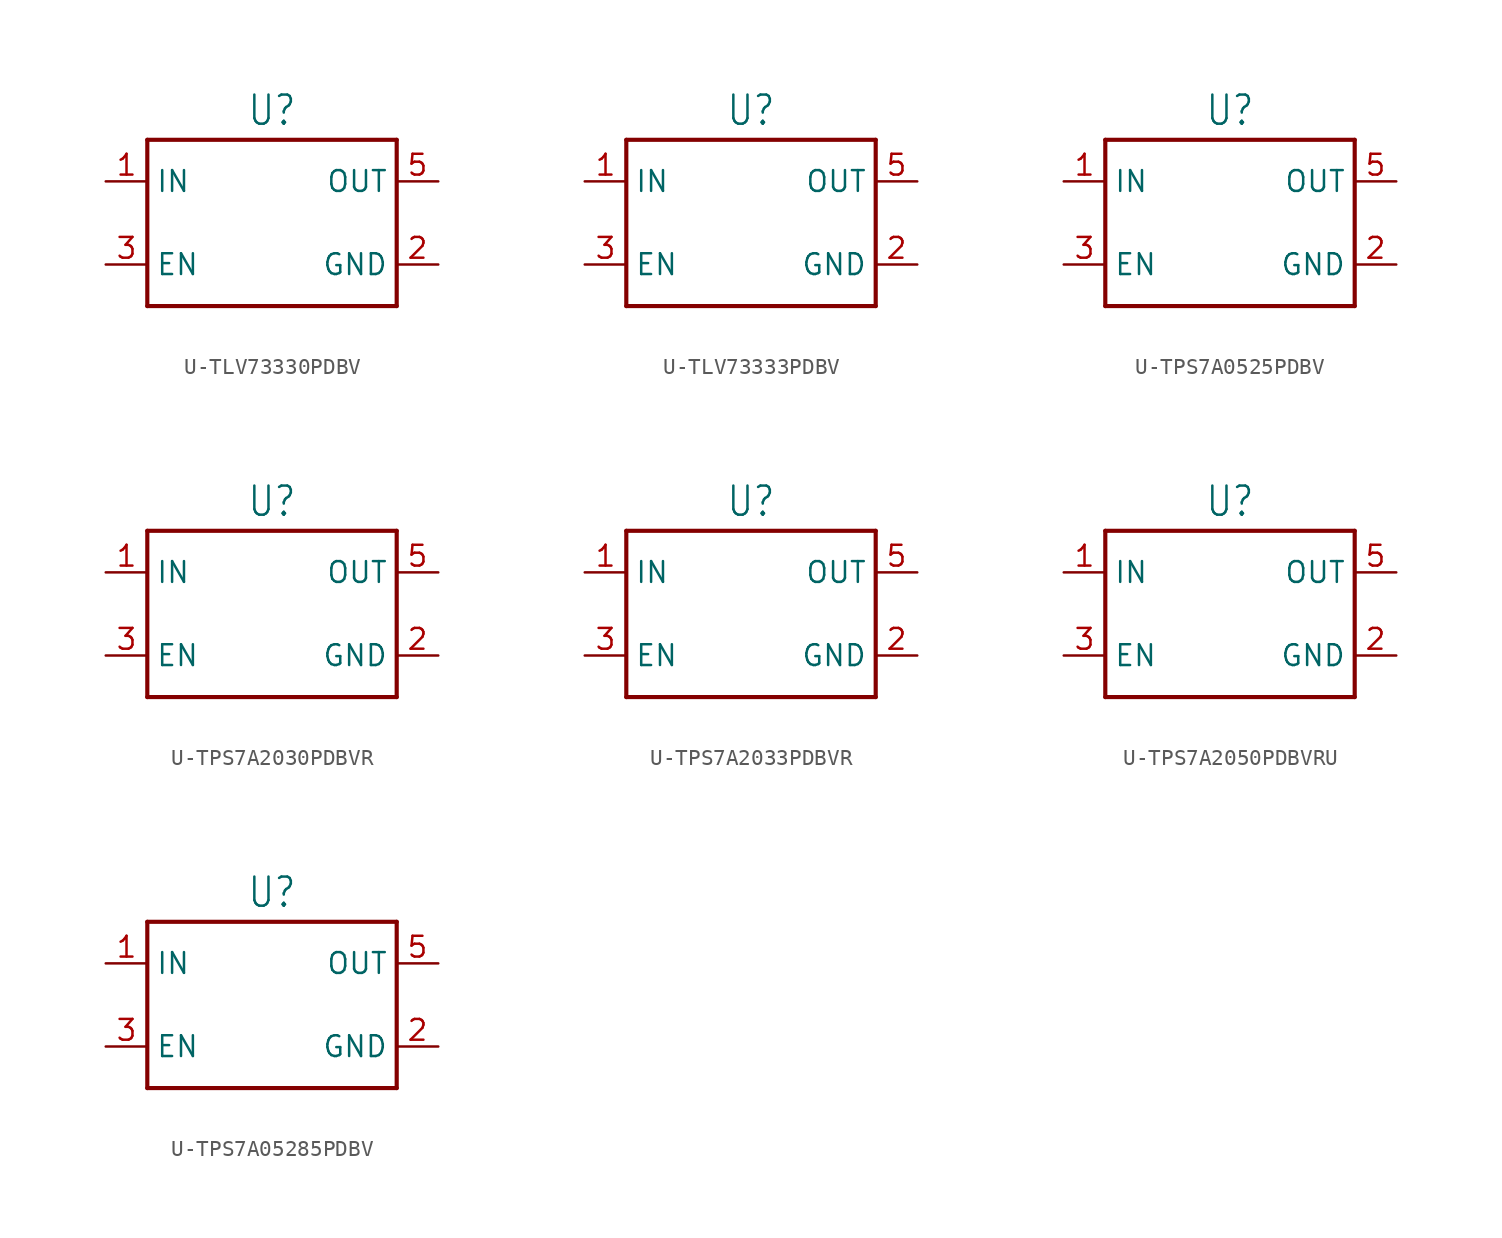
<source format=kicad_sym>
(kicad_symbol_lib
  (version 20231120)
  (generator "kicad_symbol_editor")
  (generator_version "8.0")
  (symbol "U-TLV73330PDBV"
    (property "Reference" "U"
      (at 0 5.842 0)
      (effects (font (size 1.778 1.511)) (justify bottom)))
    (property "Value" ""
      (at 0 -5.842 0)
      (effects (font (size 1.778 1.511)) (justify top)))
    (property "ki_locked" ""
      (at 0 0 0)
      (effects (font (size 1.27 1.27))))
    (symbol "U-TLV73330PDBV_1_0"
      (polyline (pts (xy -7.62 -5.08) (xy -7.62 5.08)) (stroke (width 0.254) (type solid)) (fill (type none)))
      (polyline (pts (xy -7.62 5.08) (xy 7.62 5.08)) (stroke (width 0.254) (type solid)) (fill (type none)))
      (polyline (pts (xy 7.62 -5.08) (xy -7.62 -5.08)) (stroke (width 0.254) (type solid)) (fill (type none)))
      (polyline (pts (xy 7.62 5.08) (xy 7.62 -5.08)) (stroke (width 0.254) (type solid)) (fill (type none)))
      (pin passive line (at -10.16 2.54 0) (length 2.54) (name "IN" (effects (font (size 1.27 1.27)))) (number "1" (effects (font (size 1.27 1.27)))))
      (pin passive line (at 10.16 -2.54 180) (length 2.54) (name "GND" (effects (font (size 1.27 1.27)))) (number "2" (effects (font (size 1.27 1.27)))))
      (pin passive line (at -10.16 -2.54 0) (length 2.54) (name "EN" (effects (font (size 1.27 1.27)))) (number "3" (effects (font (size 1.27 1.27)))))
      (pin passive line (at 10.16 2.54 180) (length 2.54) (name "OUT" (effects (font (size 1.27 1.27)))) (number "5" (effects (font (size 1.27 1.27)))))))
  (symbol "U-TLV73333PDBV"
    (property "Reference" "U"
      (at 0 5.842 0)
      (effects (font (size 1.778 1.511)) (justify bottom)))
    (property "Value" ""
      (at 0 -5.842 0)
      (effects (font (size 1.778 1.511)) (justify top)))
    (property "ki_locked" ""
      (at 0 0 0)
      (effects (font (size 1.27 1.27))))
    (symbol "U-TLV73333PDBV_1_0"
      (polyline (pts (xy -7.62 -5.08) (xy -7.62 5.08)) (stroke (width 0.254) (type solid)) (fill (type none)))
      (polyline (pts (xy -7.62 5.08) (xy 7.62 5.08)) (stroke (width 0.254) (type solid)) (fill (type none)))
      (polyline (pts (xy 7.62 -5.08) (xy -7.62 -5.08)) (stroke (width 0.254) (type solid)) (fill (type none)))
      (polyline (pts (xy 7.62 5.08) (xy 7.62 -5.08)) (stroke (width 0.254) (type solid)) (fill (type none)))
      (pin passive line (at -10.16 2.54 0) (length 2.54) (name "IN" (effects (font (size 1.27 1.27)))) (number "1" (effects (font (size 1.27 1.27)))))
      (pin passive line (at 10.16 -2.54 180) (length 2.54) (name "GND" (effects (font (size 1.27 1.27)))) (number "2" (effects (font (size 1.27 1.27)))))
      (pin passive line (at -10.16 -2.54 0) (length 2.54) (name "EN" (effects (font (size 1.27 1.27)))) (number "3" (effects (font (size 1.27 1.27)))))
      (pin passive line (at 10.16 2.54 180) (length 2.54) (name "OUT" (effects (font (size 1.27 1.27)))) (number "5" (effects (font (size 1.27 1.27)))))))
  (symbol "U-TPS7A0525PDBV"
    (property "Reference" "U"
      (at 0 5.842 0)
      (effects (font (size 1.778 1.511)) (justify bottom)))
    (property "Value" ""
      (at 0 -5.842 0)
      (effects (font (size 1.778 1.511)) (justify top)))
    (property "ki_locked" ""
      (at 0 0 0)
      (effects (font (size 1.27 1.27))))
    (symbol "U-TPS7A0525PDBV_1_0"
      (polyline (pts (xy -7.62 -5.08) (xy -7.62 5.08)) (stroke (width 0.254) (type solid)) (fill (type none)))
      (polyline (pts (xy -7.62 5.08) (xy 7.62 5.08)) (stroke (width 0.254) (type solid)) (fill (type none)))
      (polyline (pts (xy 7.62 -5.08) (xy -7.62 -5.08)) (stroke (width 0.254) (type solid)) (fill (type none)))
      (polyline (pts (xy 7.62 5.08) (xy 7.62 -5.08)) (stroke (width 0.254) (type solid)) (fill (type none)))
      (pin passive line (at -10.16 2.54 0) (length 2.54) (name "IN" (effects (font (size 1.27 1.27)))) (number "1" (effects (font (size 1.27 1.27)))))
      (pin passive line (at 10.16 -2.54 180) (length 2.54) (name "GND" (effects (font (size 1.27 1.27)))) (number "2" (effects (font (size 1.27 1.27)))))
      (pin passive line (at -10.16 -2.54 0) (length 2.54) (name "EN" (effects (font (size 1.27 1.27)))) (number "3" (effects (font (size 1.27 1.27)))))
      (pin passive line (at 10.16 2.54 180) (length 2.54) (name "OUT" (effects (font (size 1.27 1.27)))) (number "5" (effects (font (size 1.27 1.27)))))))
  (symbol "U-TPS7A2030PDBVR"
    (property "Reference" "U"
      (at 0 5.842 0)
      (effects (font (size 1.778 1.511)) (justify bottom)))
    (property "Value" ""
      (at 0 -5.842 0)
      (effects (font (size 1.778 1.511)) (justify top)))
    (property "ki_locked" ""
      (at 0 0 0)
      (effects (font (size 1.27 1.27))))
    (symbol "U-TPS7A2030PDBVR_1_0"
      (polyline (pts (xy -7.62 -5.08) (xy -7.62 5.08)) (stroke (width 0.254) (type solid)) (fill (type none)))
      (polyline (pts (xy -7.62 5.08) (xy 7.62 5.08)) (stroke (width 0.254) (type solid)) (fill (type none)))
      (polyline (pts (xy 7.62 -5.08) (xy -7.62 -5.08)) (stroke (width 0.254) (type solid)) (fill (type none)))
      (polyline (pts (xy 7.62 5.08) (xy 7.62 -5.08)) (stroke (width 0.254) (type solid)) (fill (type none)))
      (pin passive line (at -10.16 2.54 0) (length 2.54) (name "IN" (effects (font (size 1.27 1.27)))) (number "1" (effects (font (size 1.27 1.27)))))
      (pin passive line (at 10.16 -2.54 180) (length 2.54) (name "GND" (effects (font (size 1.27 1.27)))) (number "2" (effects (font (size 1.27 1.27)))))
      (pin passive line (at -10.16 -2.54 0) (length 2.54) (name "EN" (effects (font (size 1.27 1.27)))) (number "3" (effects (font (size 1.27 1.27)))))
      (pin passive line (at 10.16 2.54 180) (length 2.54) (name "OUT" (effects (font (size 1.27 1.27)))) (number "5" (effects (font (size 1.27 1.27)))))))
  (symbol "U-TPS7A2033PDBVR"
    (property "Reference" "U"
      (at 0 5.842 0)
      (effects (font (size 1.778 1.511)) (justify bottom)))
    (property "Value" ""
      (at 0 -5.842 0)
      (effects (font (size 1.778 1.511)) (justify top)))
    (property "ki_locked" ""
      (at 0 0 0)
      (effects (font (size 1.27 1.27))))
    (symbol "U-TPS7A2033PDBVR_1_0"
      (polyline (pts (xy -7.62 -5.08) (xy -7.62 5.08)) (stroke (width 0.254) (type solid)) (fill (type none)))
      (polyline (pts (xy -7.62 5.08) (xy 7.62 5.08)) (stroke (width 0.254) (type solid)) (fill (type none)))
      (polyline (pts (xy 7.62 -5.08) (xy -7.62 -5.08)) (stroke (width 0.254) (type solid)) (fill (type none)))
      (polyline (pts (xy 7.62 5.08) (xy 7.62 -5.08)) (stroke (width 0.254) (type solid)) (fill (type none)))
      (pin passive line (at -10.16 2.54 0) (length 2.54) (name "IN" (effects (font (size 1.27 1.27)))) (number "1" (effects (font (size 1.27 1.27)))))
      (pin passive line (at 10.16 -2.54 180) (length 2.54) (name "GND" (effects (font (size 1.27 1.27)))) (number "2" (effects (font (size 1.27 1.27)))))
      (pin passive line (at -10.16 -2.54 0) (length 2.54) (name "EN" (effects (font (size 1.27 1.27)))) (number "3" (effects (font (size 1.27 1.27)))))
      (pin passive line (at 10.16 2.54 180) (length 2.54) (name "OUT" (effects (font (size 1.27 1.27)))) (number "5" (effects (font (size 1.27 1.27)))))))
  (symbol "U-TPS7A2050PDBVRU"
    (property "Reference" "U"
      (at 0 5.842 0)
      (effects (font (size 1.778 1.511)) (justify bottom)))
    (property "Value" ""
      (at 0 -5.842 0)
      (effects (font (size 1.778 1.511)) (justify top)))
    (property "ki_locked" ""
      (at 0 0 0)
      (effects (font (size 1.27 1.27))))
    (symbol "U-TPS7A2050PDBVRU_1_0"
      (polyline (pts (xy -7.62 -5.08) (xy -7.62 5.08)) (stroke (width 0.254) (type solid)) (fill (type none)))
      (polyline (pts (xy -7.62 5.08) (xy 7.62 5.08)) (stroke (width 0.254) (type solid)) (fill (type none)))
      (polyline (pts (xy 7.62 -5.08) (xy -7.62 -5.08)) (stroke (width 0.254) (type solid)) (fill (type none)))
      (polyline (pts (xy 7.62 5.08) (xy 7.62 -5.08)) (stroke (width 0.254) (type solid)) (fill (type none)))
      (pin passive line (at -10.16 2.54 0) (length 2.54) (name "IN" (effects (font (size 1.27 1.27)))) (number "1" (effects (font (size 1.27 1.27)))))
      (pin passive line (at 10.16 -2.54 180) (length 2.54) (name "GND" (effects (font (size 1.27 1.27)))) (number "2" (effects (font (size 1.27 1.27)))))
      (pin passive line (at -10.16 -2.54 0) (length 2.54) (name "EN" (effects (font (size 1.27 1.27)))) (number "3" (effects (font (size 1.27 1.27)))))
      (pin passive line (at 10.16 2.54 180) (length 2.54) (name "OUT" (effects (font (size 1.27 1.27)))) (number "5" (effects (font (size 1.27 1.27)))))))
  (symbol "U-TPS7A05285PDBV"
    (property "Reference" "U"
      (at 0 5.842 0)
      (effects (font (size 1.778 1.511)) (justify bottom)))
    (property "Value" ""
      (at 0 -5.842 0)
      (effects (font (size 1.778 1.511)) (justify top)))
    (property "ki_locked" ""
      (at 0 0 0)
      (effects (font (size 1.27 1.27))))
    (symbol "U-TPS7A05285PDBV_1_0"
      (polyline (pts (xy -7.62 -5.08) (xy -7.62 5.08)) (stroke (width 0.254) (type solid)) (fill (type none)))
      (polyline (pts (xy -7.62 5.08) (xy 7.62 5.08)) (stroke (width 0.254) (type solid)) (fill (type none)))
      (polyline (pts (xy 7.62 -5.08) (xy -7.62 -5.08)) (stroke (width 0.254) (type solid)) (fill (type none)))
      (polyline (pts (xy 7.62 5.08) (xy 7.62 -5.08)) (stroke (width 0.254) (type solid)) (fill (type none)))
      (pin passive line (at -10.16 2.54 0) (length 2.54) (name "IN" (effects (font (size 1.27 1.27)))) (number "1" (effects (font (size 1.27 1.27)))))
      (pin passive line (at 10.16 -2.54 180) (length 2.54) (name "GND" (effects (font (size 1.27 1.27)))) (number "2" (effects (font (size 1.27 1.27)))))
      (pin passive line (at -10.16 -2.54 0) (length 2.54) (name "EN" (effects (font (size 1.27 1.27)))) (number "3" (effects (font (size 1.27 1.27)))))
      (pin passive line (at 10.16 2.54 180) (length 2.54) (name "OUT" (effects (font (size 1.27 1.27)))) (number "5" (effects (font (size 1.27 1.27))))))))
</source>
